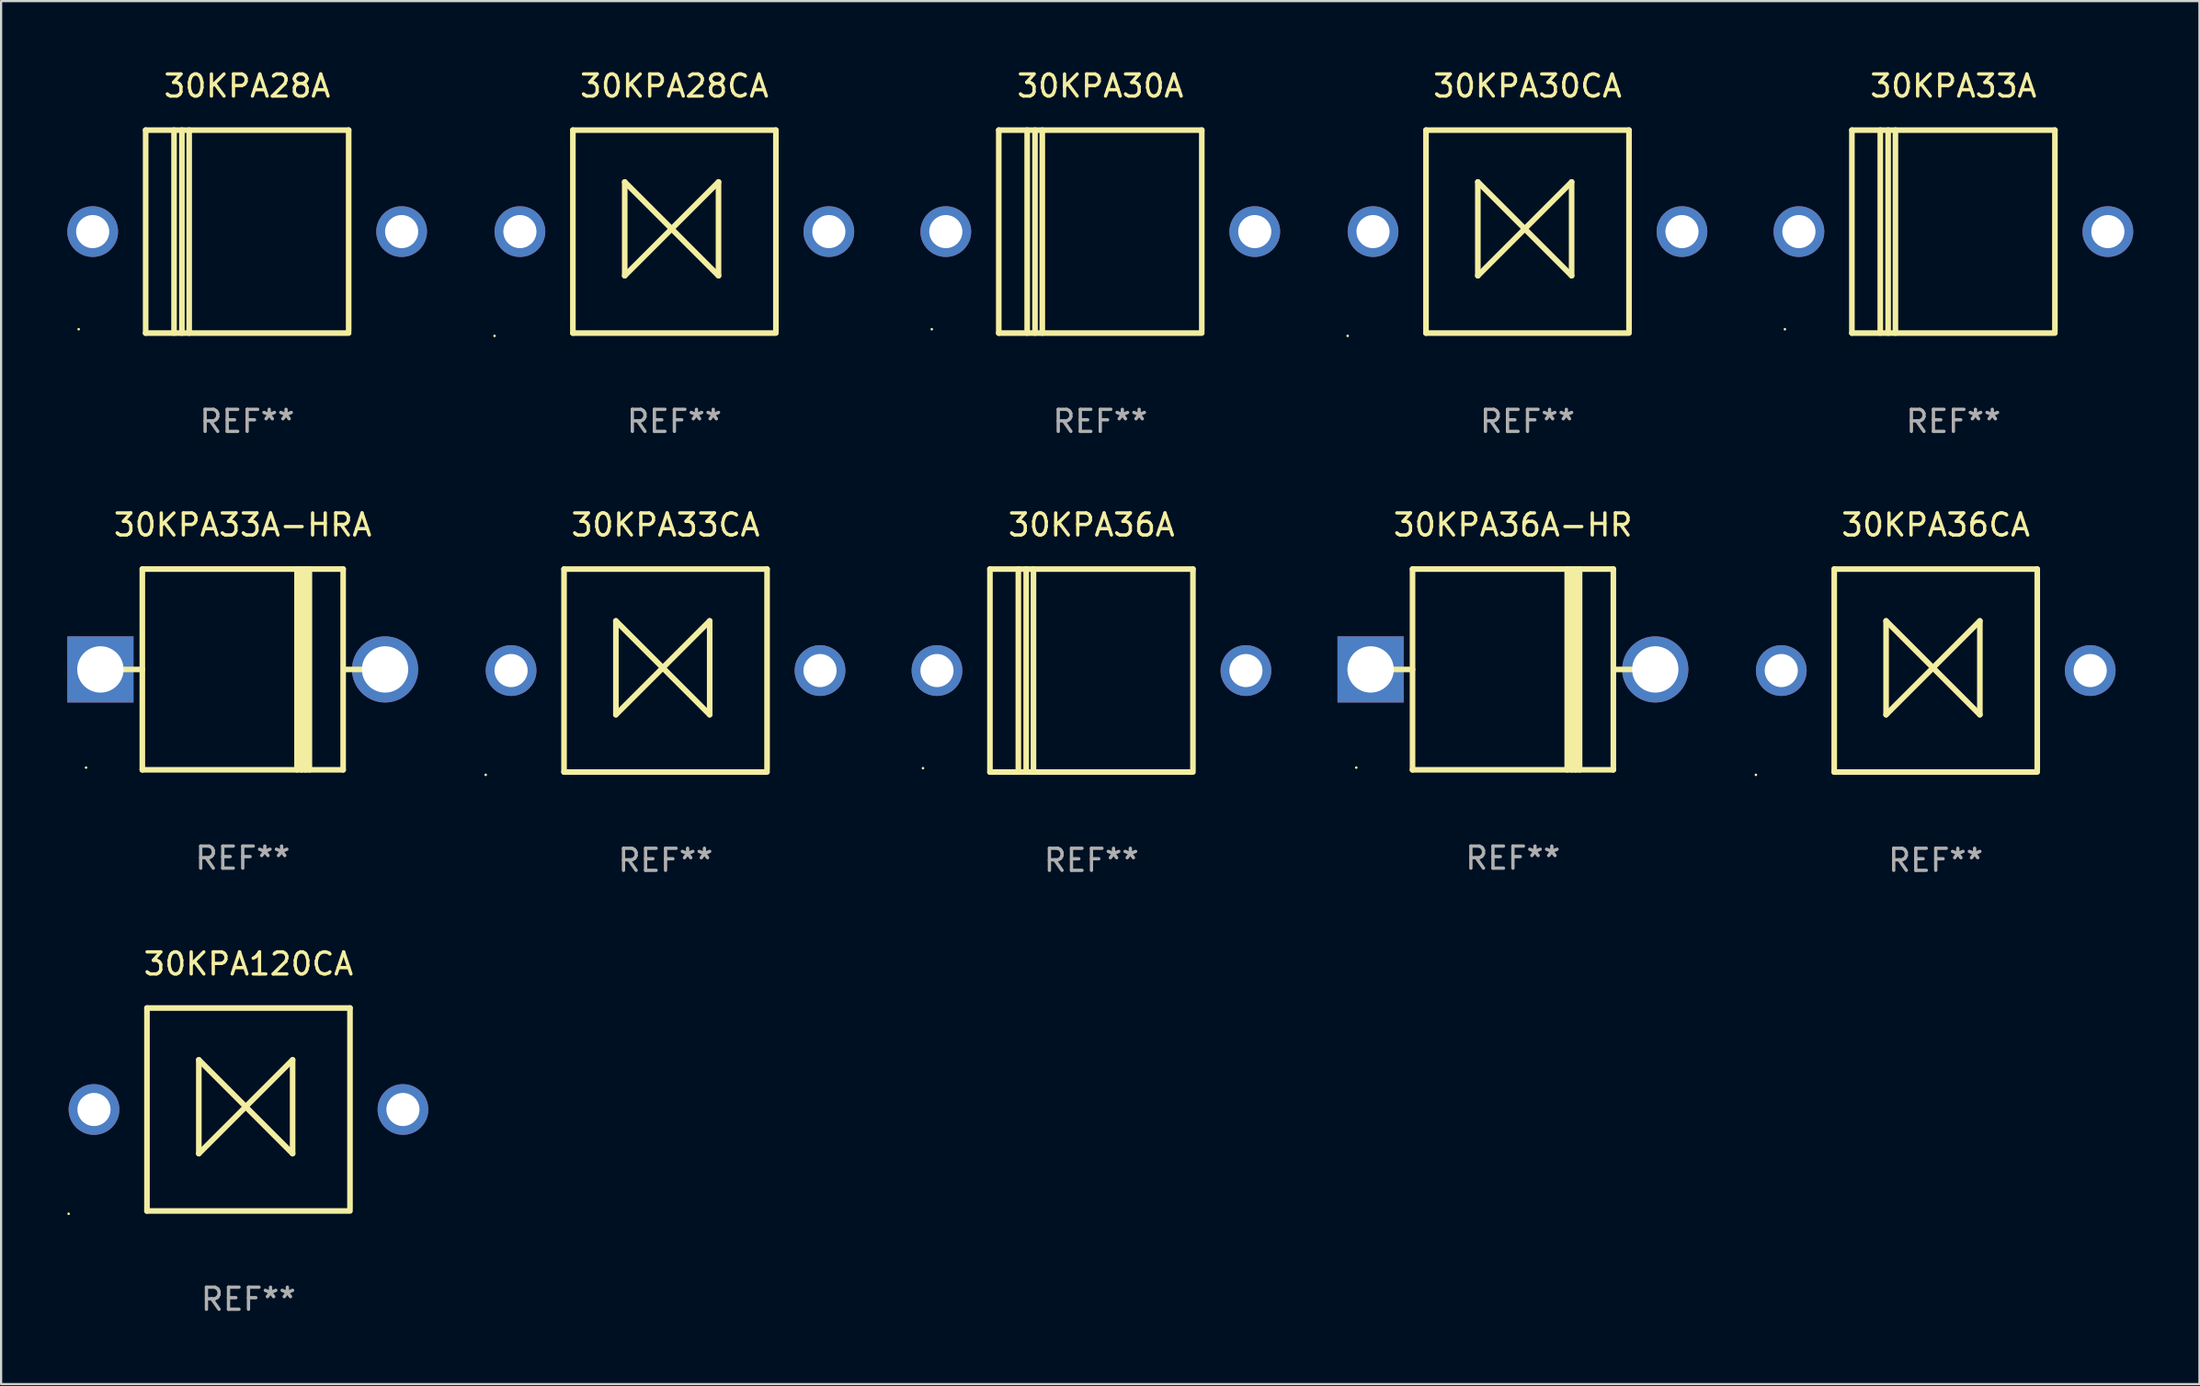
<source format=kicad_pcb>
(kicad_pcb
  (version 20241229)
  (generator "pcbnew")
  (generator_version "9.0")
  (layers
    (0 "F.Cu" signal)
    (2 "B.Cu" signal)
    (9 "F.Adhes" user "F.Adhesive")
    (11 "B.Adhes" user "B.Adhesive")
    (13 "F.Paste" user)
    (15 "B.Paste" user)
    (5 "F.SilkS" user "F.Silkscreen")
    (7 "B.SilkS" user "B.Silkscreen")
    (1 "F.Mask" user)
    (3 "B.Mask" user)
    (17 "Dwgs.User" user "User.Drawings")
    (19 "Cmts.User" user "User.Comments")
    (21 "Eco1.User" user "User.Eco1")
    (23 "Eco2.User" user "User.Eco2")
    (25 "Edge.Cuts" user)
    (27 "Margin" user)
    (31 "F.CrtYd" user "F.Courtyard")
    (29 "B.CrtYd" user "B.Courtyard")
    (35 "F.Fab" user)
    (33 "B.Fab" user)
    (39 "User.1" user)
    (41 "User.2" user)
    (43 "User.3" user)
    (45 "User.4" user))
  (footprint "30KPA30A"
    (layer "F.Cu")
    (at 46.81 7.448)
    (property "Reference" "30KPA30A" (at 0 -6.6 0) (layer "F.SilkS") (effects (font (size 1 1) (thickness 0.15))))
    (attr through_hole)
    (fp_line (start -4.6 -4.6) (end -4.6 4.6) (stroke (width 0.254) (type solid)) (layer "F.SilkS"))
    (fp_line (start -4.6 -4.6) (end 4.6 -4.6) (stroke (width 0.254) (type solid)) (layer "F.SilkS"))
    (fp_line (start -4.6 4.6) (end 4.6 4.6) (stroke (width 0.254) (type solid)) (layer "F.SilkS"))
    (fp_line (start -3.313 -4.6) (end -3.313 4.6) (stroke (width 0.254) (type solid)) (layer "F.SilkS"))
    (fp_line (start -2.957 -4.6) (end -2.957 4.6) (stroke (width 0.254) (type solid)) (layer "F.SilkS"))
    (fp_line (start -2.627 -4.6) (end -2.627 4.6) (stroke (width 0.254) (type solid)) (layer "F.SilkS"))
    (fp_line (start 4.6 -4.6) (end 4.6 4.5) (stroke (width 0.254) (type solid)) (layer "F.SilkS"))
    (fp_circle (center -7.635 4.425) (end -7.605 4.425) (stroke (width 0.06) (type solid)) (fill no) (layer "F.SilkS"))
    (fp_text user "REF**" (at 0 8.6 0) (layer "F.Fab") (effects (font (size 1 1) (thickness 0.15))))
    (pad "1" thru_hole circle (at -7 0) (size 2.3 2.3) (drill 1.5) (layers "*.Cu" "*.Mask"))
    (pad "2" thru_hole circle (at 7 0) (size 2.3 2.3) (drill 1.5) (layers "*.Cu" "*.Mask")))
  (footprint "30KPA30CA"
    (layer "F.Cu")
    (at 66.17 7.448)
    (property "Reference" "30KPA30CA" (at 0 -6.6 0) (layer "F.SilkS") (effects (font (size 1 1) (thickness 0.15))))
    (attr through_hole)
    (fp_line (start -4.6 -4.6) (end -4.6 4.6) (stroke (width 0.254) (type solid)) (layer "F.SilkS"))
    (fp_line (start -4.6 -4.6) (end 4.6 -4.6) (stroke (width 0.254) (type solid)) (layer "F.SilkS"))
    (fp_line (start -4.6 4.6) (end 4.6 4.6) (stroke (width 0.254) (type solid)) (layer "F.SilkS"))
    (fp_line (start -2.25 -2.25) (end -2.25 2) (stroke (width 0.254) (type solid)) (layer "F.SilkS"))
    (fp_line (start -2.25 2) (end 2 -2.25) (stroke (width 0.254) (type solid)) (layer "F.SilkS"))
    (fp_line (start 2 -2.25) (end 2 2) (stroke (width 0.254) (type solid)) (layer "F.SilkS"))
    (fp_line (start 2 2) (end -2.25 -2.25) (stroke (width 0.254) (type solid)) (layer "F.SilkS"))
    (fp_line (start 4.6 -4.6) (end 4.6 4.5) (stroke (width 0.254) (type solid)) (layer "F.SilkS"))
    (fp_circle (center -8.15 4.727) (end -8.12 4.727) (stroke (width 0.06) (type solid)) (fill no) (layer "F.SilkS"))
    (fp_text user "REF**" (at 0 8.6 0) (layer "F.Fab") (effects (font (size 1 1) (thickness 0.15))))
    (pad "1" thru_hole circle (at -7 0) (size 2.3 2.3) (drill 1.5) (layers "*.Cu" "*.Mask"))
    (pad "2" thru_hole circle (at 7 0) (size 2.3 2.3) (drill 1.5) (layers "*.Cu" "*.Mask")))
  (footprint "30KPA36A"
    (layer "F.Cu")
    (at 46.41 27.345)
    (property "Reference" "30KPA36A" (at 0 -6.6 0) (layer "F.SilkS") (effects (font (size 1 1) (thickness 0.15))))
    (attr through_hole)
    (fp_line (start -4.6 -4.6) (end -4.6 4.6) (stroke (width 0.254) (type solid)) (layer "F.SilkS"))
    (fp_line (start -4.6 -4.6) (end 4.6 -4.6) (stroke (width 0.254) (type solid)) (layer "F.SilkS"))
    (fp_line (start -4.6 4.6) (end 4.6 4.6) (stroke (width 0.254) (type solid)) (layer "F.SilkS"))
    (fp_line (start -3.313 -4.6) (end -3.313 4.6) (stroke (width 0.254) (type solid)) (layer "F.SilkS"))
    (fp_line (start -2.957 -4.6) (end -2.957 4.6) (stroke (width 0.254) (type solid)) (layer "F.SilkS"))
    (fp_line (start -2.627 -4.6) (end -2.627 4.6) (stroke (width 0.254) (type solid)) (layer "F.SilkS"))
    (fp_line (start 4.6 -4.6) (end 4.6 4.5) (stroke (width 0.254) (type solid)) (layer "F.SilkS"))
    (fp_circle (center -7.635 4.425) (end -7.605 4.425) (stroke (width 0.06) (type solid)) (fill no) (layer "F.SilkS"))
    (fp_text user "REF**" (at 0 8.6 0) (layer "F.Fab") (effects (font (size 1 1) (thickness 0.15))))
    (pad "1" thru_hole circle (at -7 0) (size 2.3 2.3) (drill 1.5) (layers "*.Cu" "*.Mask"))
    (pad "2" thru_hole circle (at 7 0) (size 2.3 2.3) (drill 1.5) (layers "*.Cu" "*.Mask")))
  (footprint "30KPA33A"
    (layer "F.Cu")
    (at 85.47 7.448)
    (property "Reference" "30KPA33A" (at 0 -6.6 0) (layer "F.SilkS") (effects (font (size 1 1) (thickness 0.15))))
    (attr through_hole)
    (fp_line (start -4.6 -4.6) (end -4.6 4.6) (stroke (width 0.254) (type solid)) (layer "F.SilkS"))
    (fp_line (start -4.6 -4.6) (end 4.6 -4.6) (stroke (width 0.254) (type solid)) (layer "F.SilkS"))
    (fp_line (start -4.6 4.6) (end 4.6 4.6) (stroke (width 0.254) (type solid)) (layer "F.SilkS"))
    (fp_line (start -3.313 -4.6) (end -3.313 4.6) (stroke (width 0.254) (type solid)) (layer "F.SilkS"))
    (fp_line (start -2.957 -4.6) (end -2.957 4.6) (stroke (width 0.254) (type solid)) (layer "F.SilkS"))
    (fp_line (start -2.627 -4.6) (end -2.627 4.6) (stroke (width 0.254) (type solid)) (layer "F.SilkS"))
    (fp_line (start 4.6 -4.6) (end 4.6 4.5) (stroke (width 0.254) (type solid)) (layer "F.SilkS"))
    (fp_circle (center -7.635 4.425) (end -7.605 4.425) (stroke (width 0.06) (type solid)) (fill no) (layer "F.SilkS"))
    (fp_text user "REF**" (at 0 8.6 0) (layer "F.Fab") (effects (font (size 1 1) (thickness 0.15))))
    (pad "1" thru_hole circle (at -7 0) (size 2.3 2.3) (drill 1.5) (layers "*.Cu" "*.Mask"))
    (pad "2" thru_hole circle (at 7 0) (size 2.3 2.3) (drill 1.5) (layers "*.Cu" "*.Mask")))
  (footprint "30KPA28CA"
    (layer "F.Cu")
    (at 27.51 7.448)
    (property "Reference" "30KPA28CA" (at 0 -6.6 0) (layer "F.SilkS") (effects (font (size 1 1) (thickness 0.15))))
    (attr through_hole)
    (fp_line (start -4.6 -4.6) (end -4.6 4.6) (stroke (width 0.254) (type solid)) (layer "F.SilkS"))
    (fp_line (start -4.6 -4.6) (end 4.6 -4.6) (stroke (width 0.254) (type solid)) (layer "F.SilkS"))
    (fp_line (start -4.6 4.6) (end 4.6 4.6) (stroke (width 0.254) (type solid)) (layer "F.SilkS"))
    (fp_line (start -2.25 -2.25) (end -2.25 2) (stroke (width 0.254) (type solid)) (layer "F.SilkS"))
    (fp_line (start -2.25 2) (end 2 -2.25) (stroke (width 0.254) (type solid)) (layer "F.SilkS"))
    (fp_line (start 2 -2.25) (end 2 2) (stroke (width 0.254) (type solid)) (layer "F.SilkS"))
    (fp_line (start 2 2) (end -2.25 -2.25) (stroke (width 0.254) (type solid)) (layer "F.SilkS"))
    (fp_line (start 4.6 -4.6) (end 4.6 4.5) (stroke (width 0.254) (type solid)) (layer "F.SilkS"))
    (fp_circle (center -8.15 4.727) (end -8.12 4.727) (stroke (width 0.06) (type solid)) (fill no) (layer "F.SilkS"))
    (fp_text user "REF**" (at 0 8.6 0) (layer "F.Fab") (effects (font (size 1 1) (thickness 0.15))))
    (pad "1" thru_hole circle (at -7 0) (size 2.3 2.3) (drill 1.5) (layers "*.Cu" "*.Mask"))
    (pad "2" thru_hole circle (at 7 0) (size 2.3 2.3) (drill 1.5) (layers "*.Cu" "*.Mask")))
  (footprint "30KPA33A-HRA"
    (layer "F.Cu")
    (at 7.95 27.295)
    (property "Reference" "30KPA33A-HRA" (at 0 -6.551 0) (layer "F.SilkS") (effects (font (size 1 1) (thickness 0.15))))
    (attr through_hole)
    (fp_line (start -5.6 -0.001) (end -4.55 -0.001) (stroke (width 0.254) (type solid)) (layer "F.SilkS"))
    (fp_line (start -4.55 -4.551) (end -4.55 4.55) (stroke (width 0.254) (type solid)) (layer "F.SilkS"))
    (fp_line (start -4.55 -4.551) (end 4.55 -4.551) (stroke (width 0.254) (type solid)) (layer "F.SilkS"))
    (fp_line (start 2.46 4.55) (end 2.46 -4.551) (stroke (width 0.254) (type solid)) (layer "F.SilkS"))
    (fp_line (start 2.67 4.55) (end 2.67 -4.551) (stroke (width 0.254) (type solid)) (layer "F.SilkS"))
    (fp_line (start 2.841 4.551) (end 2.841 -4.55) (stroke (width 0.254) (type solid)) (layer "F.SilkS"))
    (fp_line (start 3.02 4.55) (end 3.02 -4.551) (stroke (width 0.254) (type solid)) (layer "F.SilkS"))
    (fp_line (start 4.55 4.55) (end 4.55 -4.551) (stroke (width 0.254) (type solid)) (layer "F.SilkS"))
    (fp_line (start 4.55 4.549) (end -4.55 4.549) (stroke (width 0.254) (type solid)) (layer "F.SilkS"))
    (fp_line (start 4.58 -0.001) (end 5.6 -0.001) (stroke (width 0.254) (type solid)) (layer "F.SilkS"))
    (fp_circle (center -7.1 4.449) (end -7.07 4.449) (stroke (width 0.06) (type solid)) (fill no) (layer "F.SilkS"))
    (fp_text user "REF**" (at 0 8.551 0) (layer "F.Fab") (effects (font (size 1 1) (thickness 0.15))))
    (pad "1" thru_hole rect (at -6.45 -0.001 180) (size 3 3) (drill 2.1) (layers "*.Cu" "*.Mask"))
    (pad "2" thru_hole circle (at 6.45 -0.001) (size 3 3) (drill 2.1) (layers "*.Cu" "*.Mask")))
  (footprint "30KPA120CA"
    (layer "F.Cu")
    (at 8.21 47.241)
    (property "Reference" "30KPA120CA" (at 0 -6.6 0) (layer "F.SilkS") (effects (font (size 1 1) (thickness 0.15))))
    (attr through_hole)
    (fp_line (start -4.6 -4.6) (end -4.6 4.6) (stroke (width 0.254) (type solid)) (layer "F.SilkS"))
    (fp_line (start -4.6 -4.6) (end 4.6 -4.6) (stroke (width 0.254) (type solid)) (layer "F.SilkS"))
    (fp_line (start -4.6 4.6) (end 4.6 4.6) (stroke (width 0.254) (type solid)) (layer "F.SilkS"))
    (fp_line (start -2.25 -2.25) (end -2.25 2) (stroke (width 0.254) (type solid)) (layer "F.SilkS"))
    (fp_line (start -2.25 2) (end 2 -2.25) (stroke (width 0.254) (type solid)) (layer "F.SilkS"))
    (fp_line (start 2 -2.25) (end 2 2) (stroke (width 0.254) (type solid)) (layer "F.SilkS"))
    (fp_line (start 2 2) (end -2.25 -2.25) (stroke (width 0.254) (type solid)) (layer "F.SilkS"))
    (fp_line (start 4.6 -4.6) (end 4.6 4.5) (stroke (width 0.254) (type solid)) (layer "F.SilkS"))
    (fp_circle (center -8.15 4.727) (end -8.12 4.727) (stroke (width 0.06) (type solid)) (fill no) (layer "F.SilkS"))
    (fp_text user "REF**" (at 0 8.6 0) (layer "F.Fab") (effects (font (size 1 1) (thickness 0.15))))
    (pad "1" thru_hole circle (at -7 0) (size 2.3 2.3) (drill 1.5) (layers "*.Cu" "*.Mask"))
    (pad "2" thru_hole circle (at 7 0) (size 2.3 2.3) (drill 1.5) (layers "*.Cu" "*.Mask")))
  (footprint "30KPA28A"
    (layer "F.Cu")
    (at 8.15 7.448)
    (property "Reference" "30KPA28A" (at 0 -6.6 0) (layer "F.SilkS") (effects (font (size 1 1) (thickness 0.15))))
    (attr through_hole)
    (fp_line (start -4.6 -4.6) (end -4.6 4.6) (stroke (width 0.254) (type solid)) (layer "F.SilkS"))
    (fp_line (start -4.6 -4.6) (end 4.6 -4.6) (stroke (width 0.254) (type solid)) (layer "F.SilkS"))
    (fp_line (start -4.6 4.6) (end 4.6 4.6) (stroke (width 0.254) (type solid)) (layer "F.SilkS"))
    (fp_line (start -3.313 -4.6) (end -3.313 4.6) (stroke (width 0.254) (type solid)) (layer "F.SilkS"))
    (fp_line (start -2.957 -4.6) (end -2.957 4.6) (stroke (width 0.254) (type solid)) (layer "F.SilkS"))
    (fp_line (start -2.627 -4.6) (end -2.627 4.6) (stroke (width 0.254) (type solid)) (layer "F.SilkS"))
    (fp_line (start 4.6 -4.6) (end 4.6 4.5) (stroke (width 0.254) (type solid)) (layer "F.SilkS"))
    (fp_circle (center -7.635 4.425) (end -7.605 4.425) (stroke (width 0.06) (type solid)) (fill no) (layer "F.SilkS"))
    (fp_text user "REF**" (at 0 8.6 0) (layer "F.Fab") (effects (font (size 1 1) (thickness 0.15))))
    (pad "1" thru_hole circle (at -7 0) (size 2.3 2.3) (drill 1.5) (layers "*.Cu" "*.Mask"))
    (pad "2" thru_hole circle (at 7 0) (size 2.3 2.3) (drill 1.5) (layers "*.Cu" "*.Mask")))
  (footprint "30KPA36CA"
    (layer "F.Cu")
    (at 84.67 27.345)
    (property "Reference" "30KPA36CA" (at 0 -6.6 0) (layer "F.SilkS") (effects (font (size 1 1) (thickness 0.15))))
    (attr through_hole)
    (fp_line (start -4.6 -4.6) (end -4.6 4.6) (stroke (width 0.254) (type solid)) (layer "F.SilkS"))
    (fp_line (start -4.6 -4.6) (end 4.6 -4.6) (stroke (width 0.254) (type solid)) (layer "F.SilkS"))
    (fp_line (start -4.6 4.6) (end 4.6 4.6) (stroke (width 0.254) (type solid)) (layer "F.SilkS"))
    (fp_line (start -2.25 -2.25) (end -2.25 2) (stroke (width 0.254) (type solid)) (layer "F.SilkS"))
    (fp_line (start -2.25 2) (end 2 -2.25) (stroke (width 0.254) (type solid)) (layer "F.SilkS"))
    (fp_line (start 2 -2.25) (end 2 2) (stroke (width 0.254) (type solid)) (layer "F.SilkS"))
    (fp_line (start 2 2) (end -2.25 -2.25) (stroke (width 0.254) (type solid)) (layer "F.SilkS"))
    (fp_line (start 4.6 -4.6) (end 4.6 4.5) (stroke (width 0.254) (type solid)) (layer "F.SilkS"))
    (fp_circle (center -8.15 4.727) (end -8.12 4.727) (stroke (width 0.06) (type solid)) (fill no) (layer "F.SilkS"))
    (fp_text user "REF**" (at 0 8.6 0) (layer "F.Fab") (effects (font (size 1 1) (thickness 0.15))))
    (pad "1" thru_hole circle (at -7 0) (size 2.3 2.3) (drill 1.5) (layers "*.Cu" "*.Mask"))
    (pad "2" thru_hole circle (at 7 0) (size 2.3 2.3) (drill 1.5) (layers "*.Cu" "*.Mask")))
  (footprint "30KPA36A-HR"
    (layer "F.Cu")
    (at 65.51 27.295)
    (property "Reference" "30KPA36A-HR" (at 0 -6.551 0) (layer "F.SilkS") (effects (font (size 1 1) (thickness 0.15))))
    (attr through_hole)
    (fp_line (start -5.6 -0.001) (end -4.55 -0.001) (stroke (width 0.254) (type solid)) (layer "F.SilkS"))
    (fp_line (start -4.55 -4.551) (end -4.55 4.55) (stroke (width 0.254) (type solid)) (layer "F.SilkS"))
    (fp_line (start -4.55 -4.551) (end 4.55 -4.551) (stroke (width 0.254) (type solid)) (layer "F.SilkS"))
    (fp_line (start 2.46 4.55) (end 2.46 -4.551) (stroke (width 0.254) (type solid)) (layer "F.SilkS"))
    (fp_line (start 2.67 4.55) (end 2.67 -4.551) (stroke (width 0.254) (type solid)) (layer "F.SilkS"))
    (fp_line (start 2.841 4.551) (end 2.841 -4.55) (stroke (width 0.254) (type solid)) (layer "F.SilkS"))
    (fp_line (start 3.02 4.55) (end 3.02 -4.551) (stroke (width 0.254) (type solid)) (layer "F.SilkS"))
    (fp_line (start 4.55 4.55) (end 4.55 -4.551) (stroke (width 0.254) (type solid)) (layer "F.SilkS"))
    (fp_line (start 4.55 4.549) (end -4.55 4.549) (stroke (width 0.254) (type solid)) (layer "F.SilkS"))
    (fp_line (start 4.58 -0.001) (end 5.6 -0.001) (stroke (width 0.254) (type solid)) (layer "F.SilkS"))
    (fp_circle (center -7.1 4.449) (end -7.07 4.449) (stroke (width 0.06) (type solid)) (fill no) (layer "F.SilkS"))
    (fp_text user "REF**" (at 0 8.551 0) (layer "F.Fab") (effects (font (size 1 1) (thickness 0.15))))
    (pad "1" thru_hole rect (at -6.45 -0.001 180) (size 3 3) (drill 2.1) (layers "*.Cu" "*.Mask"))
    (pad "2" thru_hole circle (at 6.45 -0.001) (size 3 3) (drill 2.1) (layers "*.Cu" "*.Mask")))
  (footprint "30KPA33CA"
    (layer "F.Cu")
    (at 27.11 27.345)
    (property "Reference" "30KPA33CA" (at 0 -6.6 0) (layer "F.SilkS") (effects (font (size 1 1) (thickness 0.15))))
    (attr through_hole)
    (fp_line (start -4.6 -4.6) (end -4.6 4.6) (stroke (width 0.254) (type solid)) (layer "F.SilkS"))
    (fp_line (start -4.6 -4.6) (end 4.6 -4.6) (stroke (width 0.254) (type solid)) (layer "F.SilkS"))
    (fp_line (start -4.6 4.6) (end 4.6 4.6) (stroke (width 0.254) (type solid)) (layer "F.SilkS"))
    (fp_line (start -2.25 -2.25) (end -2.25 2) (stroke (width 0.254) (type solid)) (layer "F.SilkS"))
    (fp_line (start -2.25 2) (end 2 -2.25) (stroke (width 0.254) (type solid)) (layer "F.SilkS"))
    (fp_line (start 2 -2.25) (end 2 2) (stroke (width 0.254) (type solid)) (layer "F.SilkS"))
    (fp_line (start 2 2) (end -2.25 -2.25) (stroke (width 0.254) (type solid)) (layer "F.SilkS"))
    (fp_line (start 4.6 -4.6) (end 4.6 4.5) (stroke (width 0.254) (type solid)) (layer "F.SilkS"))
    (fp_circle (center -8.15 4.727) (end -8.12 4.727) (stroke (width 0.06) (type solid)) (fill no) (layer "F.SilkS"))
    (fp_text user "REF**" (at 0 8.6 0) (layer "F.Fab") (effects (font (size 1 1) (thickness 0.15))))
    (pad "1" thru_hole circle (at -7 0) (size 2.3 2.3) (drill 1.5) (layers "*.Cu" "*.Mask"))
    (pad "2" thru_hole circle (at 7 0) (size 2.3 2.3) (drill 1.5) (layers "*.Cu" "*.Mask")))
  (gr_rect
    (start -3 -3)
    (end 96.62 59.69)
    (stroke (width 0.1) (type default))
    (fill no)
    (layer "Edge.Cuts")))
</source>
